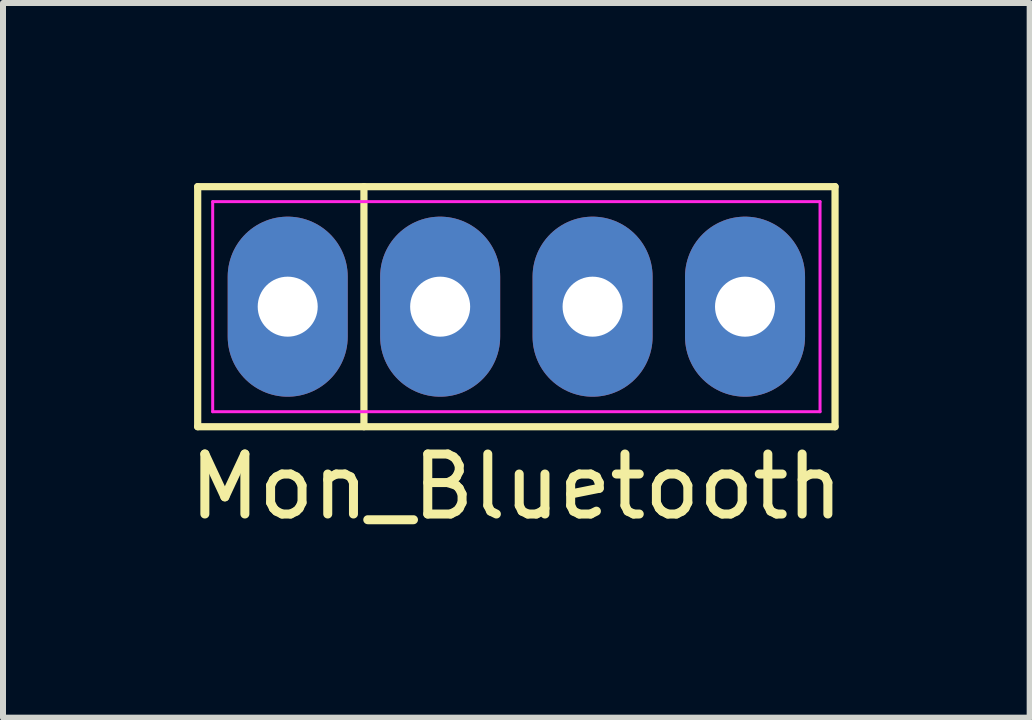
<source format=kicad_pcb>
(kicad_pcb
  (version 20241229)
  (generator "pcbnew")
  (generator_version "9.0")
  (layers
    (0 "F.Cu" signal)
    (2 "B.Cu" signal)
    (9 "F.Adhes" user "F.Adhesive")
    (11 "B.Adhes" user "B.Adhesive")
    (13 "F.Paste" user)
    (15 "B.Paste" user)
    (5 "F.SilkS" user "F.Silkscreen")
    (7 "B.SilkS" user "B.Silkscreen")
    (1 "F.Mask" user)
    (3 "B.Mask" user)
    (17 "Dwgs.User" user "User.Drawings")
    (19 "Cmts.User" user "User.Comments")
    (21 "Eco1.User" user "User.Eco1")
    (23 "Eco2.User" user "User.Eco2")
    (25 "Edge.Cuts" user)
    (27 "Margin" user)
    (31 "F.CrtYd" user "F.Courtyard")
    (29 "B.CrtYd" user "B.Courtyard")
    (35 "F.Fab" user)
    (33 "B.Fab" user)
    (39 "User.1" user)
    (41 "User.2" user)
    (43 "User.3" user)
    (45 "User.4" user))
  (footprint "Mon_Bluetooth"
    (layer "F.Cu")
    (at 5.554 2.06)
    (property "Reference" "Mon_Bluetooth" (at 0 3 0) (layer "F.SilkS") (effects (font (size 1 1) (thickness 0.15))))
    (attr through_hole)
    (fp_line (start -5.31 -2) (end 5.31 -2) (stroke (width 0.12) (type solid)) (layer "F.SilkS"))
    (fp_line (start -5.31 2) (end -5.31 -2) (stroke (width 0.12) (type solid)) (layer "F.SilkS"))
    (fp_line (start -2.54 -2) (end -2.54 2) (stroke (width 0.12) (type solid)) (layer "F.SilkS"))
    (fp_line (start 5.31 -2) (end 5.31 2) (stroke (width 0.12) (type solid)) (layer "F.SilkS"))
    (fp_line (start 5.31 2) (end -5.31 2) (stroke (width 0.12) (type solid)) (layer "F.SilkS"))
    (fp_line (start -5.06 -1.75) (end 5.06 -1.75) (stroke (width 0.05) (type solid)) (layer "F.CrtYd"))
    (fp_line (start -5.06 1.75) (end -5.06 -1.75) (stroke (width 0.05) (type solid)) (layer "F.CrtYd"))
    (fp_line (start 5.06 -1.75) (end 5.06 1.75) (stroke (width 0.05) (type solid)) (layer "F.CrtYd"))
    (fp_line (start 5.06 1.75) (end -5.06 1.75) (stroke (width 0.05) (type solid)) (layer "F.CrtYd"))
    (pad "1" thru_hole oval (at -3.81 0) (size 2 3) (drill 1) (layers "*.Cu" "*.Mask"))
    (pad "2" thru_hole oval (at -1.27 0) (size 2 3) (drill 1) (layers "*.Cu" "*.Mask"))
    (pad "3" thru_hole oval (at 1.27 0) (size 2 3) (drill 1) (layers "*.Cu" "*.Mask"))
    (pad "4" thru_hole oval (at 3.81 0) (size 2 3) (drill 1) (layers "*.Cu" "*.Mask")))
  (gr_rect
    (start -3 -3)
    (end 14.107 8.908)
    (stroke (width 0.1) (type default))
    (fill no)
    (layer "Edge.Cuts")))
</source>
